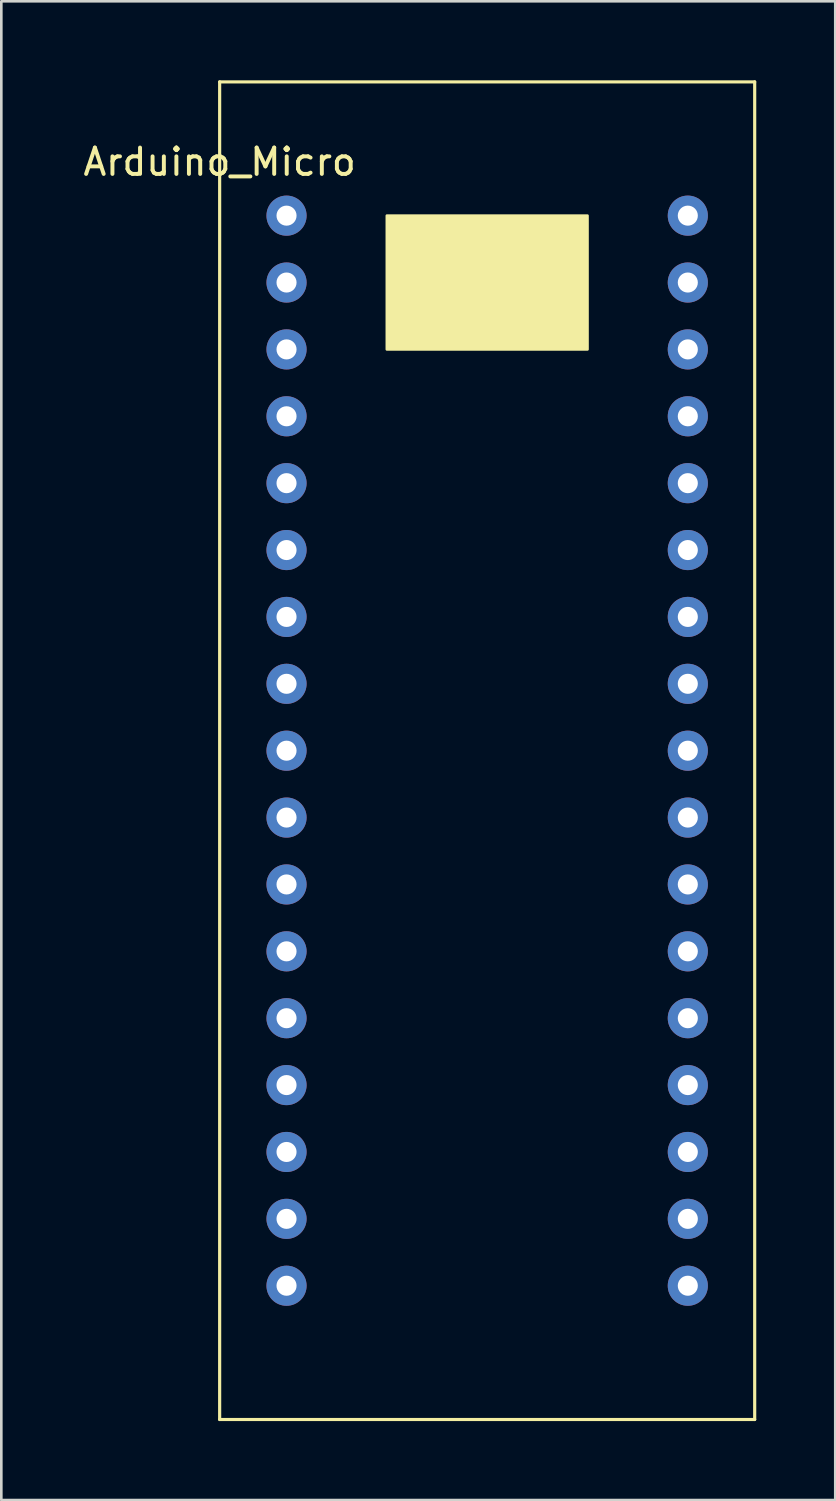
<source format=kicad_pcb>
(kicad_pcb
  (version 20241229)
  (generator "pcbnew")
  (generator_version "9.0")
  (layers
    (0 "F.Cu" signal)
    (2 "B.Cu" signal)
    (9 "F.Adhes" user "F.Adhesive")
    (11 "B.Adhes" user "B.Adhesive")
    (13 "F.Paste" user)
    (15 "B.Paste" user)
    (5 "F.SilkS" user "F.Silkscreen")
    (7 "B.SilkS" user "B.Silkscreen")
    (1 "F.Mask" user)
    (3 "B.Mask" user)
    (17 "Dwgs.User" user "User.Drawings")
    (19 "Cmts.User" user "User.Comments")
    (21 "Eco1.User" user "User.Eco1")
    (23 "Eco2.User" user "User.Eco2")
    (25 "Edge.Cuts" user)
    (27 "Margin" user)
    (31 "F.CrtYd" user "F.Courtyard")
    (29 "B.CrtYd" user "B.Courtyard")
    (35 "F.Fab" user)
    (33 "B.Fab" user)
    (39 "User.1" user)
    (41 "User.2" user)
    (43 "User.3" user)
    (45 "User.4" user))
  (footprint "Arduino_Micro"
    (layer "F.Cu")
    (at 15.452 12.76)
    (property "Reference" "Arduino_Micro" (at -10.16 -9.66 0) (layer "F.SilkS") (effects (font (size 1 1) (thickness 0.15))))
    (attr through_hole)
    (fp_line (start -10.16 -12.7) (end 10.16 -12.7) (stroke (width 0.12) (type solid)) (layer "F.SilkS"))
    (fp_line (start -10.16 38.1) (end -10.16 -12.7) (stroke (width 0.12) (type solid)) (layer "F.SilkS"))
    (fp_line (start 10.16 -12.7) (end 10.16 38.1) (stroke (width 0.12) (type solid)) (layer "F.SilkS"))
    (fp_line (start 10.16 38.1) (end -10.16 38.1) (stroke (width 0.12) (type solid)) (layer "F.SilkS"))
    (fp_poly (pts (xy 3.81 -2.54) (xy -3.81 -2.54) (xy -3.81 -7.62) (xy 3.81 -7.62)) (stroke (width 0.1) (type solid)) (fill yes) (layer "F.SilkS"))
    (pad "1" thru_hole circle (at -7.62 -7.62 90) (size 1.524 1.524) (drill 0.762) (layers "*.Cu" "*.Mask"))
    (pad "2" thru_hole circle (at -7.62 -5.08) (size 1.524 1.524) (drill 0.762) (layers "*.Cu" "*.Mask"))
    (pad "3" thru_hole circle (at -7.62 -2.54) (size 1.524 1.524) (drill 0.762) (layers "*.Cu" "*.Mask"))
    (pad "4" thru_hole circle (at -7.62 0) (size 1.524 1.524) (drill 0.762) (layers "*.Cu" "*.Mask"))
    (pad "5" thru_hole circle (at -7.62 2.54) (size 1.524 1.524) (drill 0.762) (layers "*.Cu" "*.Mask"))
    (pad "6" thru_hole circle (at -7.62 5.08) (size 1.524 1.524) (drill 0.762) (layers "*.Cu" "*.Mask"))
    (pad "7" thru_hole circle (at -7.62 7.62) (size 1.524 1.524) (drill 0.762) (layers "*.Cu" "*.Mask"))
    (pad "8" thru_hole circle (at -7.62 10.16) (size 1.524 1.524) (drill 0.762) (layers "*.Cu" "*.Mask"))
    (pad "9" thru_hole circle (at -7.62 12.7) (size 1.524 1.524) (drill 0.762) (layers "*.Cu" "*.Mask"))
    (pad "10" thru_hole circle (at -7.62 15.24) (size 1.524 1.524) (drill 0.762) (layers "*.Cu" "*.Mask"))
    (pad "11" thru_hole circle (at -7.62 17.78) (size 1.524 1.524) (drill 0.762) (layers "*.Cu" "*.Mask"))
    (pad "12" thru_hole circle (at -7.62 20.32) (size 1.524 1.524) (drill 0.762) (layers "*.Cu" "*.Mask"))
    (pad "13" thru_hole circle (at -7.62 22.86) (size 1.524 1.524) (drill 0.762) (layers "*.Cu" "*.Mask"))
    (pad "14" thru_hole circle (at -7.62 25.4) (size 1.524 1.524) (drill 0.762) (layers "*.Cu" "*.Mask"))
    (pad "15" thru_hole circle (at -7.62 27.94) (size 1.524 1.524) (drill 0.762) (layers "*.Cu" "*.Mask"))
    (pad "16" thru_hole circle (at -7.62 30.48) (size 1.524 1.524) (drill 0.762) (layers "*.Cu" "*.Mask"))
    (pad "17" thru_hole circle (at -7.62 33.02) (size 1.524 1.524) (drill 0.762) (layers "*.Cu" "*.Mask"))
    (pad "18" thru_hole circle (at 7.62 -7.62) (size 1.524 1.524) (drill 0.762) (layers "*.Cu" "*.Mask"))
    (pad "19" thru_hole circle (at 7.62 -5.08) (size 1.524 1.524) (drill 0.762) (layers "*.Cu" "*.Mask"))
    (pad "20" thru_hole circle (at 7.62 -2.54) (size 1.524 1.524) (drill 0.762) (layers "*.Cu" "*.Mask"))
    (pad "21" thru_hole circle (at 7.62 0) (size 1.524 1.524) (drill 0.762) (layers "*.Cu" "*.Mask"))
    (pad "22" thru_hole circle (at 7.62 2.54) (size 1.524 1.524) (drill 0.762) (layers "*.Cu" "*.Mask"))
    (pad "23" thru_hole circle (at 7.62 5.08) (size 1.524 1.524) (drill 0.762) (layers "*.Cu" "*.Mask"))
    (pad "24" thru_hole circle (at 7.62 7.62) (size 1.524 1.524) (drill 0.762) (layers "*.Cu" "*.Mask"))
    (pad "25" thru_hole circle (at 7.62 10.16) (size 1.524 1.524) (drill 0.762) (layers "*.Cu" "*.Mask"))
    (pad "26" thru_hole circle (at 7.62 12.7) (size 1.524 1.524) (drill 0.762) (layers "*.Cu" "*.Mask"))
    (pad "27" thru_hole circle (at 7.62 15.24) (size 1.524 1.524) (drill 0.762) (layers "*.Cu" "*.Mask"))
    (pad "28" thru_hole circle (at 7.62 17.78) (size 1.524 1.524) (drill 0.762) (layers "*.Cu" "*.Mask"))
    (pad "29" thru_hole circle (at 7.62 20.32) (size 1.524 1.524) (drill 0.762) (layers "*.Cu" "*.Mask"))
    (pad "30" thru_hole circle (at 7.62 22.86) (size 1.524 1.524) (drill 0.762) (layers "*.Cu" "*.Mask"))
    (pad "31" thru_hole circle (at 7.62 25.4) (size 1.524 1.524) (drill 0.762) (layers "*.Cu" "*.Mask"))
    (pad "32" thru_hole circle (at 7.62 27.94) (size 1.524 1.524) (drill 0.762) (layers "*.Cu" "*.Mask"))
    (pad "33" thru_hole circle (at 7.62 30.48) (size 1.524 1.524) (drill 0.762) (layers "*.Cu" "*.Mask"))
    (pad "34" thru_hole circle (at 7.62 33.02) (size 1.524 1.524) (drill 0.762) (layers "*.Cu" "*.Mask")))
  (gr_rect
    (start -3 -3)
    (end 28.672 53.92)
    (stroke (width 0.1) (type default))
    (fill no)
    (layer "Edge.Cuts")))
</source>
